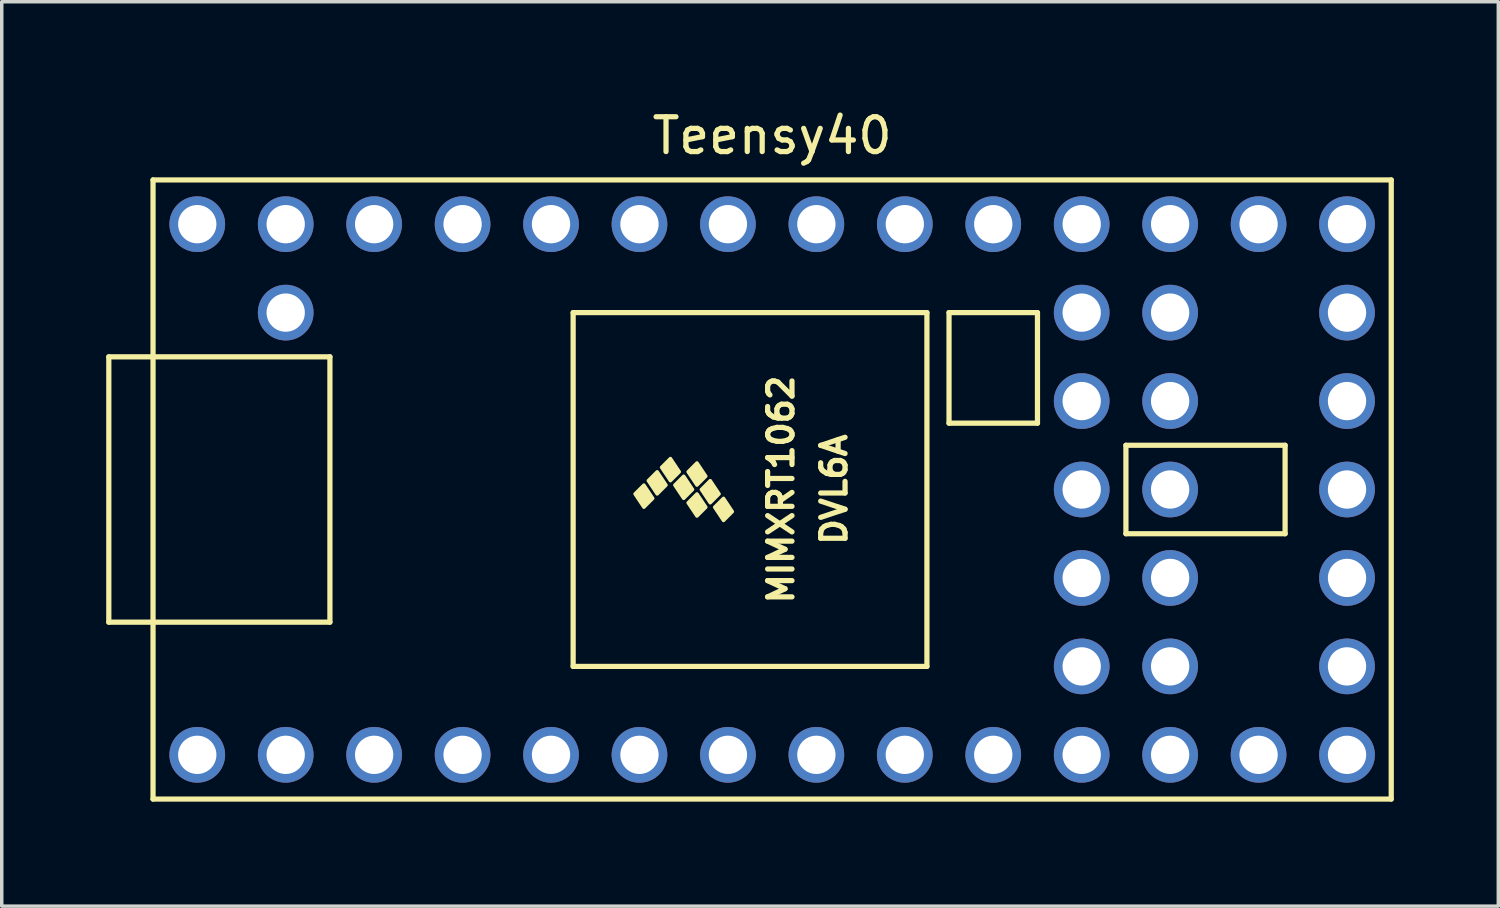
<source format=kicad_pcb>
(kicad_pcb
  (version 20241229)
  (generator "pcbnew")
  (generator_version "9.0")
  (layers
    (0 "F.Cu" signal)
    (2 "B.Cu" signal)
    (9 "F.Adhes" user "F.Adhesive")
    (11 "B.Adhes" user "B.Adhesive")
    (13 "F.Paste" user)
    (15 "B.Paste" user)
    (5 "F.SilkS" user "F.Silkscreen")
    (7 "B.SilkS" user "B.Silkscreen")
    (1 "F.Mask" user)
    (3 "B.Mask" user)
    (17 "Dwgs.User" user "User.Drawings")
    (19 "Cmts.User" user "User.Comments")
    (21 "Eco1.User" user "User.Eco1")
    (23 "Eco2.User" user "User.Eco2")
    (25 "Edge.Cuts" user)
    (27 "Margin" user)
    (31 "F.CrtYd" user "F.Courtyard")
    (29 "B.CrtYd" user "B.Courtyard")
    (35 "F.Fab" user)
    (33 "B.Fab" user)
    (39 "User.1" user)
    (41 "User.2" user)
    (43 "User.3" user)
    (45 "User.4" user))
  (footprint "Teensy40"
    (layer "F.Cu")
    (at 19.125 11.008)
    (property "Reference" "Teensy40" (at 0 -10.16 0) (layer "F.SilkS") (effects (font (size 1 1) (thickness 0.15))))
    (attr through_hole)
    (fp_line (start -19.05 -3.81) (end -17.78 -3.81) (stroke (width 0.15) (type solid)) (layer "F.SilkS"))
    (fp_line (start -19.05 3.81) (end -19.05 -3.81) (stroke (width 0.15) (type solid)) (layer "F.SilkS"))
    (fp_line (start -17.78 -8.89) (end 17.78 -8.89) (stroke (width 0.15) (type solid)) (layer "F.SilkS"))
    (fp_line (start -17.78 3.81) (end -19.05 3.81) (stroke (width 0.15) (type solid)) (layer "F.SilkS"))
    (fp_line (start -17.78 8.89) (end -17.78 -8.89) (stroke (width 0.15) (type solid)) (layer "F.SilkS"))
    (fp_line (start -12.7 -3.81) (end -17.78 -3.81) (stroke (width 0.15) (type solid)) (layer "F.SilkS"))
    (fp_line (start -12.7 3.81) (end -17.78 3.81) (stroke (width 0.15) (type solid)) (layer "F.SilkS"))
    (fp_line (start -12.7 3.81) (end -12.7 -3.81) (stroke (width 0.15) (type solid)) (layer "F.SilkS"))
    (fp_line (start -5.715 -5.08) (end -5.715 5.08) (stroke (width 0.15) (type solid)) (layer "F.SilkS"))
    (fp_line (start 4.445 -5.08) (end -5.715 -5.08) (stroke (width 0.15) (type solid)) (layer "F.SilkS"))
    (fp_line (start 4.445 5.08) (end -5.715 5.08) (stroke (width 0.15) (type solid)) (layer "F.SilkS"))
    (fp_line (start 4.445 5.08) (end 4.445 -5.08) (stroke (width 0.15) (type solid)) (layer "F.SilkS"))
    (fp_line (start 5.08 -5.08) (end 7.62 -5.08) (stroke (width 0.15) (type solid)) (layer "F.SilkS"))
    (fp_line (start 5.08 -1.905) (end 5.08 -5.08) (stroke (width 0.15) (type solid)) (layer "F.SilkS"))
    (fp_line (start 7.62 -5.08) (end 7.62 -1.905) (stroke (width 0.15) (type solid)) (layer "F.SilkS"))
    (fp_line (start 7.62 -1.905) (end 5.08 -1.905) (stroke (width 0.15) (type solid)) (layer "F.SilkS"))
    (fp_line (start 10.16 -1.27) (end 14.732 -1.27) (stroke (width 0.15) (type solid)) (layer "F.SilkS"))
    (fp_line (start 10.16 1.27) (end 10.16 -1.27) (stroke (width 0.15) (type solid)) (layer "F.SilkS"))
    (fp_line (start 14.732 -1.27) (end 14.732 1.27) (stroke (width 0.15) (type solid)) (layer "F.SilkS"))
    (fp_line (start 14.732 1.27) (end 10.16 1.27) (stroke (width 0.15) (type solid)) (layer "F.SilkS"))
    (fp_line (start 17.78 -8.89) (end 17.78 8.89) (stroke (width 0.15) (type solid)) (layer "F.SilkS"))
    (fp_line (start 17.78 8.89) (end -17.78 8.89) (stroke (width 0.15) (type solid)) (layer "F.SilkS"))
    (fp_poly (pts (xy -3.937 0.127) (xy -3.683 -0.127) (xy -3.429 0.254) (xy -3.683 0.508)) (stroke (width 0.1) (type solid)) (fill yes) (layer "F.SilkS"))
    (fp_poly (pts (xy -3.556 -0.254) (xy -3.302 -0.508) (xy -3.048 -0.127) (xy -3.302 0.127)) (stroke (width 0.1) (type solid)) (fill yes) (layer "F.SilkS"))
    (fp_poly (pts (xy -3.175 -0.635) (xy -2.921 -0.889) (xy -2.667 -0.508) (xy -2.921 -0.254)) (stroke (width 0.1) (type solid)) (fill yes) (layer "F.SilkS"))
    (fp_poly (pts (xy -2.794 -0.127) (xy -2.54 -0.381) (xy -2.286 0) (xy -2.54 0.254)) (stroke (width 0.1) (type solid)) (fill yes) (layer "F.SilkS"))
    (fp_poly (pts (xy -2.413 -0.508) (xy -2.159 -0.762) (xy -1.905 -0.381) (xy -2.159 -0.127)) (stroke (width 0.1) (type solid)) (fill yes) (layer "F.SilkS"))
    (fp_poly (pts (xy -2.413 0.381) (xy -2.159 0.127) (xy -1.905 0.508) (xy -2.159 0.762)) (stroke (width 0.1) (type solid)) (fill yes) (layer "F.SilkS"))
    (fp_poly (pts (xy -2.032 0) (xy -1.778 -0.254) (xy -1.524 0.127) (xy -1.778 0.381)) (stroke (width 0.1) (type solid)) (fill yes) (layer "F.SilkS"))
    (fp_poly (pts (xy -1.651 0.508) (xy -1.397 0.254) (xy -1.143 0.635) (xy -1.397 0.889)) (stroke (width 0.1) (type solid)) (fill yes) (layer "F.SilkS"))
    (fp_text user "MIMXRT1062" (at 0.254 0 90) (layer "F.SilkS") (effects (font (size 0.7 0.7) (thickness 0.15))))
    (fp_text user "DVL6A" (at 1.778 0 90) (layer "F.SilkS") (effects (font (size 0.7 0.7) (thickness 0.15))))
    (pad "0" thru_hole circle (at -13.97 7.62) (size 1.6 1.6) (drill 1.1) (layers "*.Cu" "*.Mask"))
    (pad "1" thru_hole circle (at -11.43 7.62) (size 1.6 1.6) (drill 1.1) (layers "*.Cu" "*.Mask"))
    (pad "2" thru_hole circle (at -8.89 7.62) (size 1.6 1.6) (drill 1.1) (layers "*.Cu" "*.Mask"))
    (pad "3" thru_hole circle (at -6.35 7.62) (size 1.6 1.6) (drill 1.1) (layers "*.Cu" "*.Mask"))
    (pad "3.3V_1" thru_hole circle (at 16.51 2.54) (size 1.6 1.6) (drill 1.1) (layers "*.Cu" "*.Mask"))
    (pad "3.3V_2" thru_hole circle (at -11.43 -7.62) (size 1.6 1.6) (drill 1.1) (layers "*.Cu" "*.Mask"))
    (pad "4" thru_hole circle (at -3.81 7.62) (size 1.6 1.6) (drill 1.1) (layers "*.Cu" "*.Mask"))
    (pad "5" thru_hole circle (at -1.27 7.62) (size 1.6 1.6) (drill 1.1) (layers "*.Cu" "*.Mask"))
    (pad "6" thru_hole circle (at 1.27 7.62) (size 1.6 1.6) (drill 1.1) (layers "*.Cu" "*.Mask"))
    (pad "7" thru_hole circle (at 3.81 7.62) (size 1.6 1.6) (drill 1.1) (layers "*.Cu" "*.Mask"))
    (pad "8" thru_hole circle (at 6.35 7.62) (size 1.6 1.6) (drill 1.1) (layers "*.Cu" "*.Mask"))
    (pad "9" thru_hole circle (at 8.89 7.62) (size 1.6 1.6) (drill 1.1) (layers "*.Cu" "*.Mask"))
    (pad "10" thru_hole circle (at 11.43 7.62) (size 1.6 1.6) (drill 1.1) (layers "*.Cu" "*.Mask"))
    (pad "11" thru_hole circle (at 13.97 7.62) (size 1.6 1.6) (drill 1.1) (layers "*.Cu" "*.Mask"))
    (pad "12" thru_hole circle (at 16.51 7.62) (size 1.6 1.6) (drill 1.1) (layers "*.Cu" "*.Mask"))
    (pad "13" thru_hole circle (at 16.51 -7.62) (size 1.6 1.6) (drill 1.1) (layers "*.Cu" "*.Mask"))
    (pad "14" thru_hole circle (at 13.97 -7.62) (size 1.6 1.6) (drill 1.1) (layers "*.Cu" "*.Mask"))
    (pad "15" thru_hole circle (at 11.43 -7.62) (size 1.6 1.6) (drill 1.1) (layers "*.Cu" "*.Mask"))
    (pad "16" thru_hole circle (at 8.89 -7.62) (size 1.6 1.6) (drill 1.1) (layers "*.Cu" "*.Mask"))
    (pad "17" thru_hole circle (at 6.35 -7.62) (size 1.6 1.6) (drill 1.1) (layers "*.Cu" "*.Mask"))
    (pad "18" thru_hole circle (at 3.81 -7.62) (size 1.6 1.6) (drill 1.1) (layers "*.Cu" "*.Mask"))
    (pad "19" thru_hole circle (at 1.27 -7.62) (size 1.6 1.6) (drill 1.1) (layers "*.Cu" "*.Mask"))
    (pad "20" thru_hole circle (at -1.27 -7.62) (size 1.6 1.6) (drill 1.1) (layers "*.Cu" "*.Mask"))
    (pad "21" thru_hole circle (at -3.81 -7.62) (size 1.6 1.6) (drill 1.1) (layers "*.Cu" "*.Mask"))
    (pad "22" thru_hole circle (at -6.35 -7.62) (size 1.6 1.6) (drill 1.1) (layers "*.Cu" "*.Mask"))
    (pad "23" thru_hole circle (at -8.89 -7.62) (size 1.6 1.6) (drill 1.1) (layers "*.Cu" "*.Mask"))
    (pad "24" thru_hole circle (at 11.43 -5.08) (size 1.6 1.6) (drill 1.1) (layers "*.Cu" "*.Mask"))
    (pad "25" thru_hole circle (at 8.89 -5.08) (size 1.6 1.6) (drill 1.1) (layers "*.Cu" "*.Mask"))
    (pad "26" thru_hole circle (at 11.43 -2.54) (size 1.6 1.6) (drill 1.1) (layers "*.Cu" "*.Mask"))
    (pad "27" thru_hole circle (at 8.89 -2.54) (size 1.6 1.6) (drill 1.1) (layers "*.Cu" "*.Mask"))
    (pad "28" thru_hole circle (at 11.43 0) (size 1.6 1.6) (drill 1.1) (layers "*.Cu" "*.Mask"))
    (pad "29" thru_hole circle (at 8.89 0) (size 1.6 1.6) (drill 1.1) (layers "*.Cu" "*.Mask"))
    (pad "30" thru_hole circle (at 11.43 2.54) (size 1.6 1.6) (drill 1.1) (layers "*.Cu" "*.Mask"))
    (pad "31" thru_hole circle (at 8.89 2.54) (size 1.6 1.6) (drill 1.1) (layers "*.Cu" "*.Mask"))
    (pad "32" thru_hole circle (at 11.43 5.08) (size 1.6 1.6) (drill 1.1) (layers "*.Cu" "*.Mask"))
    (pad "33" thru_hole circle (at 8.89 5.08) (size 1.6 1.6) (drill 1.1) (layers "*.Cu" "*.Mask"))
    (pad "G1" thru_hole circle (at -16.51 7.62) (size 1.6 1.6) (drill 1.1) (layers "*.Cu" "*.Mask"))
    (pad "G2" thru_hole circle (at 16.51 0) (size 1.6 1.6) (drill 1.1) (layers "*.Cu" "*.Mask"))
    (pad "G3" thru_hole circle (at -13.97 -7.62) (size 1.6 1.6) (drill 1.1) (layers "*.Cu" "*.Mask"))
    (pad "ONOFF" thru_hole circle (at 16.51 -5.08) (size 1.6 1.6) (drill 1.1) (layers "*.Cu" "*.Mask"))
    (pad "PGM" thru_hole circle (at 16.51 -2.54) (size 1.6 1.6) (drill 1.1) (layers "*.Cu" "*.Mask"))
    (pad "VBAT" thru_hole circle (at 16.51 5.08) (size 1.6 1.6) (drill 1.1) (layers "*.Cu" "*.Mask"))
    (pad "VIN" thru_hole circle (at -16.51 -7.62) (size 1.6 1.6) (drill 1.1) (layers "*.Cu" "*.Mask"))
    (pad "VUSB" thru_hole circle (at -13.97 -5.08) (size 1.6 1.6) (drill 1.1) (layers "*.Cu" "*.Mask")))
  (gr_rect
    (start -3 -3)
    (end 39.98 22.973)
    (stroke (width 0.1) (type default))
    (fill no)
    (layer "Edge.Cuts")))
</source>
